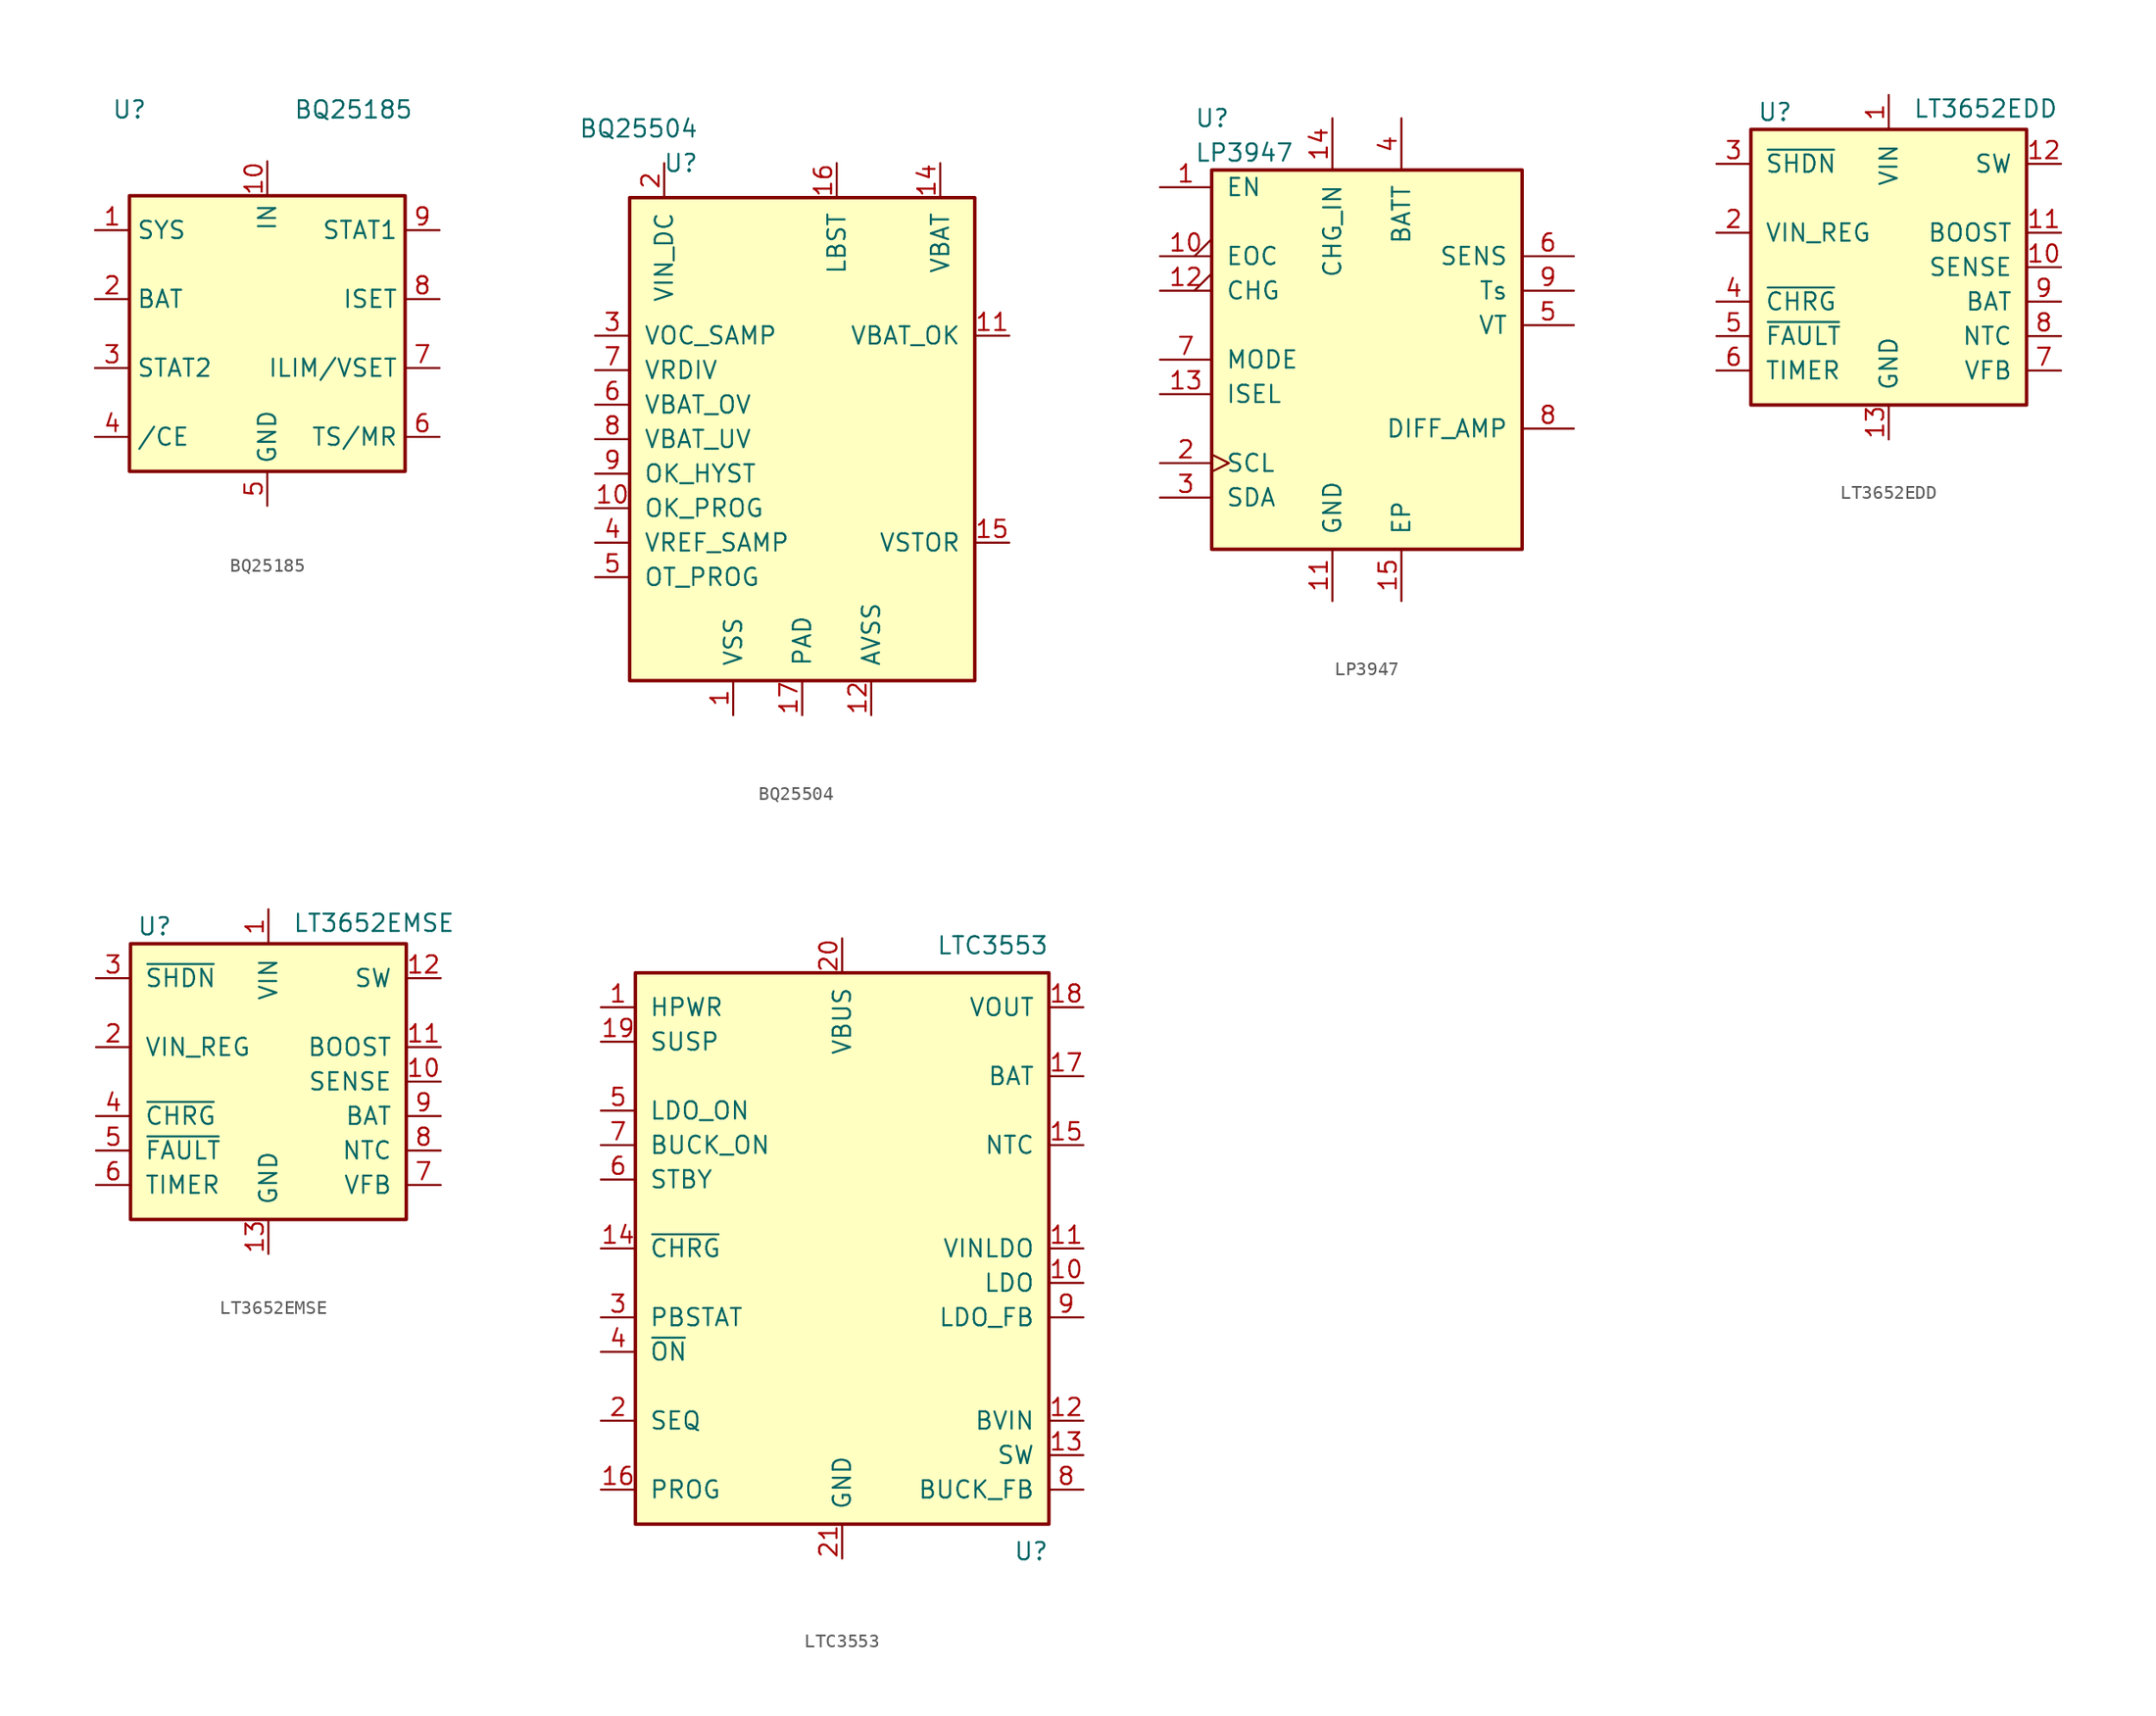
<source format=kicad_sym>
(kicad_symbol_lib
  (version 20220914)
  (generator kicad_symbol_editor)
  (symbol "BQ25185"
    (property "Reference" "U"
      (at -10.16 16.51 0)
      (effects (font (size 1.27 1.27))))
    (property "Value" "BQ25185"
      (at 6.35 16.51 0)
      (effects (font (size 1.27 1.27))))
    (symbol "BQ25185_1_1"
      (rectangle (start -10.16 10.16) (end 10.16 -10.16) (stroke (width 0.254) (type default)) (fill (type background)))
      (pin power_in line (at -12.7 7.62 0) (length 2.54) (name "SYS" (effects (font (size 1.27 1.27)))) (number "1" (effects (font (size 1.27 1.27)))))
      (pin power_in line (at 0 12.7 270) (length 2.54) (name "IN" (effects (font (size 1.27 1.27)))) (number "10" (effects (font (size 1.27 1.27)))))
      (pin power_out line (at -12.7 2.54 0) (length 2.54) (name "BAT" (effects (font (size 1.27 1.27)))) (number "2" (effects (font (size 1.27 1.27)))))
      (pin output line (at -12.7 -2.54 0) (length 2.54) (name "STAT2" (effects (font (size 1.27 1.27)))) (number "3" (effects (font (size 1.27 1.27)))))
      (pin input line (at -12.7 -7.62 0) (length 2.54) (name "/CE" (effects (font (size 1.27 1.27)))) (number "4" (effects (font (size 1.27 1.27)))))
      (pin power_in line (at 0 -12.7 90) (length 2.54) (name "GND" (effects (font (size 1.27 1.27)))) (number "5" (effects (font (size 1.27 1.27)))))
      (pin bidirectional line (at 12.7 -7.62 180) (length 2.54) (name "TS/MR" (effects (font (size 1.27 1.27)))) (number "6" (effects (font (size 1.27 1.27)))))
      (pin bidirectional line (at 12.7 -2.54 180) (length 2.54) (name "ILIM/VSET" (effects (font (size 1.27 1.27)))) (number "7" (effects (font (size 1.27 1.27)))))
      (pin bidirectional line (at 12.7 2.54 180) (length 2.54) (name "ISET" (effects (font (size 1.27 1.27)))) (number "8" (effects (font (size 1.27 1.27)))))
      (pin output line (at 12.7 7.62 180) (length 2.54) (name "STAT1" (effects (font (size 1.27 1.27)))) (number "9" (effects (font (size 1.27 1.27)))))))
  (symbol "BQ25504"
    (pin_names
      (offset 1.016))
    (property "Reference" "U"
      (at -7.62 20.32 0)
      (effects (font (size 1.27 1.27)) (justify right)))
    (property "Value" "BQ25504"
      (at -7.62 22.86 0)
      (effects (font (size 1.27 1.27)) (justify right)))
    (symbol "BQ25504_0_1"
      (rectangle (start -12.7 17.78) (end 12.7 -17.78) (stroke (width 0.254) (type default)) (fill (type background))))
    (symbol "BQ25504_1_1"
      (pin power_in line (at -5.08 -20.32 90) (length 2.54) (name "VSS" (effects (font (size 1.27 1.27)))) (number "1" (effects (font (size 1.27 1.27)))))
      (pin input line (at -15.24 -5.08 0) (length 2.54) (name "OK_PROG" (effects (font (size 1.27 1.27)))) (number "10" (effects (font (size 1.27 1.27)))))
      (pin output line (at 15.24 7.62 180) (length 2.54) (name "VBAT_OK" (effects (font (size 1.27 1.27)))) (number "11" (effects (font (size 1.27 1.27)))))
      (pin power_in line (at 5.08 -20.32 90) (length 2.54) (name "AVSS" (effects (font (size 1.27 1.27)))) (number "12" (effects (font (size 1.27 1.27)))))
      (pin passive line (at -5.08 -20.32 90) (length 2.54) hide (name "VSS" (effects (font (size 1.27 1.27)))) (number "13" (effects (font (size 1.27 1.27)))))
      (pin power_out line (at 10.16 20.32 270) (length 2.54) (name "VBAT" (effects (font (size 1.27 1.27)))) (number "14" (effects (font (size 1.27 1.27)))))
      (pin bidirectional line (at 15.24 -7.62 180) (length 2.54) (name "VSTOR" (effects (font (size 1.27 1.27)))) (number "15" (effects (font (size 1.27 1.27)))))
      (pin bidirectional line (at 2.54 20.32 270) (length 2.54) (name "LBST" (effects (font (size 1.27 1.27)))) (number "16" (effects (font (size 1.27 1.27)))))
      (pin passive line (at 0 -20.32 90) (length 2.54) (name "PAD" (effects (font (size 1.27 1.27)))) (number "17" (effects (font (size 1.27 1.27)))))
      (pin power_in line (at -10.16 20.32 270) (length 2.54) (name "VIN_DC" (effects (font (size 1.27 1.27)))) (number "2" (effects (font (size 1.27 1.27)))))
      (pin input line (at -15.24 7.62 0) (length 2.54) (name "VOC_SAMP" (effects (font (size 1.27 1.27)))) (number "3" (effects (font (size 1.27 1.27)))))
      (pin bidirectional line (at -15.24 -7.62 0) (length 2.54) (name "VREF_SAMP" (effects (font (size 1.27 1.27)))) (number "4" (effects (font (size 1.27 1.27)))))
      (pin input line (at -15.24 -10.16 0) (length 2.54) (name "OT_PROG" (effects (font (size 1.27 1.27)))) (number "5" (effects (font (size 1.27 1.27)))))
      (pin input line (at -15.24 2.54 0) (length 2.54) (name "VBAT_OV" (effects (font (size 1.27 1.27)))) (number "6" (effects (font (size 1.27 1.27)))))
      (pin output line (at -15.24 5.08 0) (length 2.54) (name "VRDIV" (effects (font (size 1.27 1.27)))) (number "7" (effects (font (size 1.27 1.27)))))
      (pin input line (at -15.24 0 0) (length 2.54) (name "VBAT_UV" (effects (font (size 1.27 1.27)))) (number "8" (effects (font (size 1.27 1.27)))))
      (pin input line (at -15.24 -2.54 0) (length 2.54) (name "OK_HYST" (effects (font (size 1.27 1.27)))) (number "9" (effects (font (size 1.27 1.27)))))))
  (symbol "LP3947"
    (pin_names
      (offset 1.016))
    (property "Reference" "U"
      (at -12.7 17.78 0)
      (effects (font (size 1.27 1.27)) (justify left)))
    (property "Value" "LP3947"
      (at -12.7 15.24 0)
      (effects (font (size 1.27 1.27)) (justify left)))
    (symbol "LP3947_0_1"
      (rectangle (start -11.43 13.97) (end 11.43 -13.97) (stroke (width 0.254) (type default)) (fill (type background))))
    (symbol "LP3947_1_1"
      (pin input line (at -15.24 12.7 0) (length 3.81) (name "EN" (effects (font (size 1.27 1.27)))) (number "1" (effects (font (size 1.27 1.27)))))
      (pin open_collector output_low (at -15.24 7.62 0) (length 3.81) (name "EOC" (effects (font (size 1.27 1.27)))) (number "10" (effects (font (size 1.27 1.27)))))
      (pin power_in line (at -2.54 -17.78 90) (length 3.81) (name "GND" (effects (font (size 1.27 1.27)))) (number "11" (effects (font (size 1.27 1.27)))))
      (pin open_collector output_low (at -15.24 5.08 0) (length 3.81) (name "CHG" (effects (font (size 1.27 1.27)))) (number "12" (effects (font (size 1.27 1.27)))))
      (pin input line (at -15.24 -2.54 0) (length 3.81) (name "ISEL" (effects (font (size 1.27 1.27)))) (number "13" (effects (font (size 1.27 1.27)))))
      (pin power_in line (at -2.54 17.78 270) (length 3.81) (name "CHG_IN" (effects (font (size 1.27 1.27)))) (number "14" (effects (font (size 1.27 1.27)))))
      (pin power_in line (at 2.54 -17.78 90) (length 3.81) (name "EP" (effects (font (size 1.27 1.27)))) (number "15" (effects (font (size 1.27 1.27)))))
      (pin input clock (at -15.24 -7.62 0) (length 3.81) (name "SCL" (effects (font (size 1.27 1.27)))) (number "2" (effects (font (size 1.27 1.27)))))
      (pin bidirectional line (at -15.24 -10.16 0) (length 3.81) (name "SDA" (effects (font (size 1.27 1.27)))) (number "3" (effects (font (size 1.27 1.27)))))
      (pin power_out line (at 2.54 17.78 270) (length 3.81) (name "BATT" (effects (font (size 1.27 1.27)))) (number "4" (effects (font (size 1.27 1.27)))))
      (pin power_out line (at 15.24 2.54 180) (length 3.81) (name "VT" (effects (font (size 1.27 1.27)))) (number "5" (effects (font (size 1.27 1.27)))))
      (pin input line (at 15.24 7.62 180) (length 3.81) (name "SENS" (effects (font (size 1.27 1.27)))) (number "6" (effects (font (size 1.27 1.27)))))
      (pin input line (at -15.24 0 0) (length 3.81) (name "MODE" (effects (font (size 1.27 1.27)))) (number "7" (effects (font (size 1.27 1.27)))))
      (pin output line (at 15.24 -5.08 180) (length 3.81) (name "DIFF_AMP" (effects (font (size 1.27 1.27)))) (number "8" (effects (font (size 1.27 1.27)))))
      (pin input line (at 15.24 5.08 180) (length 3.81) (name "Ts" (effects (font (size 1.27 1.27)))) (number "9" (effects (font (size 1.27 1.27)))))))
  (symbol "LT3652EDD"
    (pin_names
      (offset 1.016))
    (property "Reference" "U"
      (at -8.382 11.43 0)
      (effects (font (size 1.27 1.27))))
    (property "Value" "LT3652EDD"
      (at 1.778 11.684 0)
      (effects (font (size 1.27 1.27)) (justify left)))
    (symbol "LT3652EDD_0_1"
      (rectangle (start -10.16 10.16) (end 10.16 -10.16) (stroke (width 0.254) (type default)) (fill (type background))))
    (symbol "LT3652EDD_1_1"
      (pin power_in line (at 0 12.7 270) (length 2.54) (name "VIN" (effects (font (size 1.27 1.27)))) (number "1" (effects (font (size 1.27 1.27)))))
      (pin input line (at 12.7 0 180) (length 2.54) (name "SENSE" (effects (font (size 1.27 1.27)))) (number "10" (effects (font (size 1.27 1.27)))))
      (pin input line (at 12.7 2.54 180) (length 2.54) (name "BOOST" (effects (font (size 1.27 1.27)))) (number "11" (effects (font (size 1.27 1.27)))))
      (pin output line (at 12.7 7.62 180) (length 2.54) (name "SW" (effects (font (size 1.27 1.27)))) (number "12" (effects (font (size 1.27 1.27)))))
      (pin power_in line (at 0 -12.7 90) (length 2.54) (name "GND" (effects (font (size 1.27 1.27)))) (number "13" (effects (font (size 1.27 1.27)))))
      (pin input line (at -12.7 2.54 0) (length 2.54) (name "VIN_REG" (effects (font (size 1.27 1.27)))) (number "2" (effects (font (size 1.27 1.27)))))
      (pin input line (at -12.7 7.62 0) (length 2.54) (name "~{SHDN}" (effects (font (size 1.27 1.27)))) (number "3" (effects (font (size 1.27 1.27)))))
      (pin open_collector line (at -12.7 -2.54 0) (length 2.54) (name "~{CHRG}" (effects (font (size 1.27 1.27)))) (number "4" (effects (font (size 1.27 1.27)))))
      (pin open_collector line (at -12.7 -5.08 0) (length 2.54) (name "~{FAULT}" (effects (font (size 1.27 1.27)))) (number "5" (effects (font (size 1.27 1.27)))))
      (pin output line (at -12.7 -7.62 0) (length 2.54) (name "TIMER" (effects (font (size 1.27 1.27)))) (number "6" (effects (font (size 1.27 1.27)))))
      (pin input line (at 12.7 -7.62 180) (length 2.54) (name "VFB" (effects (font (size 1.27 1.27)))) (number "7" (effects (font (size 1.27 1.27)))))
      (pin input line (at 12.7 -5.08 180) (length 2.54) (name "NTC" (effects (font (size 1.27 1.27)))) (number "8" (effects (font (size 1.27 1.27)))))
      (pin output line (at 12.7 -2.54 180) (length 2.54) (name "BAT" (effects (font (size 1.27 1.27)))) (number "9" (effects (font (size 1.27 1.27)))))))
  (symbol "LT3652EMSE"
    (pin_names
      (offset 1.016))
    (property "Reference" "U"
      (at -8.382 11.43 0)
      (effects (font (size 1.27 1.27))))
    (property "Value" "LT3652EMSE"
      (at 1.778 11.684 0)
      (effects (font (size 1.27 1.27)) (justify left)))
    (symbol "LT3652EMSE_0_1"
      (rectangle (start -10.16 10.16) (end 10.16 -10.16) (stroke (width 0.254) (type default)) (fill (type background))))
    (symbol "LT3652EMSE_1_1"
      (pin power_in line (at 0 12.7 270) (length 2.54) (name "VIN" (effects (font (size 1.27 1.27)))) (number "1" (effects (font (size 1.27 1.27)))))
      (pin input line (at 12.7 0 180) (length 2.54) (name "SENSE" (effects (font (size 1.27 1.27)))) (number "10" (effects (font (size 1.27 1.27)))))
      (pin input line (at 12.7 2.54 180) (length 2.54) (name "BOOST" (effects (font (size 1.27 1.27)))) (number "11" (effects (font (size 1.27 1.27)))))
      (pin output line (at 12.7 7.62 180) (length 2.54) (name "SW" (effects (font (size 1.27 1.27)))) (number "12" (effects (font (size 1.27 1.27)))))
      (pin power_in line (at 0 -12.7 90) (length 2.54) (name "GND" (effects (font (size 1.27 1.27)))) (number "13" (effects (font (size 1.27 1.27)))))
      (pin input line (at -12.7 2.54 0) (length 2.54) (name "VIN_REG" (effects (font (size 1.27 1.27)))) (number "2" (effects (font (size 1.27 1.27)))))
      (pin input line (at -12.7 7.62 0) (length 2.54) (name "~{SHDN}" (effects (font (size 1.27 1.27)))) (number "3" (effects (font (size 1.27 1.27)))))
      (pin open_collector line (at -12.7 -2.54 0) (length 2.54) (name "~{CHRG}" (effects (font (size 1.27 1.27)))) (number "4" (effects (font (size 1.27 1.27)))))
      (pin open_collector line (at -12.7 -5.08 0) (length 2.54) (name "~{FAULT}" (effects (font (size 1.27 1.27)))) (number "5" (effects (font (size 1.27 1.27)))))
      (pin output line (at -12.7 -7.62 0) (length 2.54) (name "TIMER" (effects (font (size 1.27 1.27)))) (number "6" (effects (font (size 1.27 1.27)))))
      (pin input line (at 12.7 -7.62 180) (length 2.54) (name "VFB" (effects (font (size 1.27 1.27)))) (number "7" (effects (font (size 1.27 1.27)))))
      (pin input line (at 12.7 -5.08 180) (length 2.54) (name "NTC" (effects (font (size 1.27 1.27)))) (number "8" (effects (font (size 1.27 1.27)))))
      (pin output line (at 12.7 -2.54 180) (length 2.54) (name "BAT" (effects (font (size 1.27 1.27)))) (number "9" (effects (font (size 1.27 1.27)))))))
  (symbol "LTC3553"
    (pin_names
      (offset 1.016))
    (property "Reference" "U"
      (at 15.24 -21.59 0)
      (effects (font (size 1.27 1.27)) (justify right top)))
    (property "Value" "LTC3553"
      (at 15.24 21.59 0)
      (effects (font (size 1.27 1.27)) (justify right bottom)))
    (symbol "LTC3553_0_1"
      (rectangle (start -15.24 20.32) (end 15.24 -20.32) (stroke (width 0.254) (type default)) (fill (type background))))
    (symbol "LTC3553_1_1"
      (pin input line (at -17.78 17.78 0) (length 2.54) (name "HPWR" (effects (font (size 1.27 1.27)))) (number "1" (effects (font (size 1.27 1.27)))))
      (pin power_out line (at 17.78 -2.54 180) (length 2.54) (name "LDO" (effects (font (size 1.27 1.27)))) (number "10" (effects (font (size 1.27 1.27)))))
      (pin power_in line (at 17.78 0 180) (length 2.54) (name "VINLDO" (effects (font (size 1.27 1.27)))) (number "11" (effects (font (size 1.27 1.27)))))
      (pin power_in line (at 17.78 -12.7 180) (length 2.54) (name "BVIN" (effects (font (size 1.27 1.27)))) (number "12" (effects (font (size 1.27 1.27)))))
      (pin power_out line (at 17.78 -15.24 180) (length 2.54) (name "SW" (effects (font (size 1.27 1.27)))) (number "13" (effects (font (size 1.27 1.27)))))
      (pin open_collector line (at -17.78 0 0) (length 2.54) (name "~{CHRG}" (effects (font (size 1.27 1.27)))) (number "14" (effects (font (size 1.27 1.27)))))
      (pin passive line (at 17.78 7.62 180) (length 2.54) (name "NTC" (effects (font (size 1.27 1.27)))) (number "15" (effects (font (size 1.27 1.27)))))
      (pin passive line (at -17.78 -17.78 0) (length 2.54) (name "PROG" (effects (font (size 1.27 1.27)))) (number "16" (effects (font (size 1.27 1.27)))))
      (pin power_out line (at 17.78 12.7 180) (length 2.54) (name "BAT" (effects (font (size 1.27 1.27)))) (number "17" (effects (font (size 1.27 1.27)))))
      (pin power_out line (at 17.78 17.78 180) (length 2.54) (name "VOUT" (effects (font (size 1.27 1.27)))) (number "18" (effects (font (size 1.27 1.27)))))
      (pin input line (at -17.78 15.24 0) (length 2.54) (name "SUSP" (effects (font (size 1.27 1.27)))) (number "19" (effects (font (size 1.27 1.27)))))
      (pin input line (at -17.78 -12.7 0) (length 2.54) (name "SEQ" (effects (font (size 1.27 1.27)))) (number "2" (effects (font (size 1.27 1.27)))))
      (pin power_in line (at 0 22.86 270) (length 2.54) (name "VBUS" (effects (font (size 1.27 1.27)))) (number "20" (effects (font (size 1.27 1.27)))))
      (pin power_in line (at 0 -22.86 90) (length 2.54) (name "GND" (effects (font (size 1.27 1.27)))) (number "21" (effects (font (size 1.27 1.27)))))
      (pin output line (at -17.78 -5.08 0) (length 2.54) (name "PBSTAT" (effects (font (size 1.27 1.27)))) (number "3" (effects (font (size 1.27 1.27)))))
      (pin input line (at -17.78 -7.62 0) (length 2.54) (name "~{ON}" (effects (font (size 1.27 1.27)))) (number "4" (effects (font (size 1.27 1.27)))))
      (pin input line (at -17.78 10.16 0) (length 2.54) (name "LDO_ON" (effects (font (size 1.27 1.27)))) (number "5" (effects (font (size 1.27 1.27)))))
      (pin input line (at -17.78 5.08 0) (length 2.54) (name "STBY" (effects (font (size 1.27 1.27)))) (number "6" (effects (font (size 1.27 1.27)))))
      (pin input line (at -17.78 7.62 0) (length 2.54) (name "BUCK_ON" (effects (font (size 1.27 1.27)))) (number "7" (effects (font (size 1.27 1.27)))))
      (pin input line (at 17.78 -17.78 180) (length 2.54) (name "BUCK_FB" (effects (font (size 1.27 1.27)))) (number "8" (effects (font (size 1.27 1.27)))))
      (pin input line (at 17.78 -5.08 180) (length 2.54) (name "LDO_FB" (effects (font (size 1.27 1.27)))) (number "9" (effects (font (size 1.27 1.27))))))))
</source>
